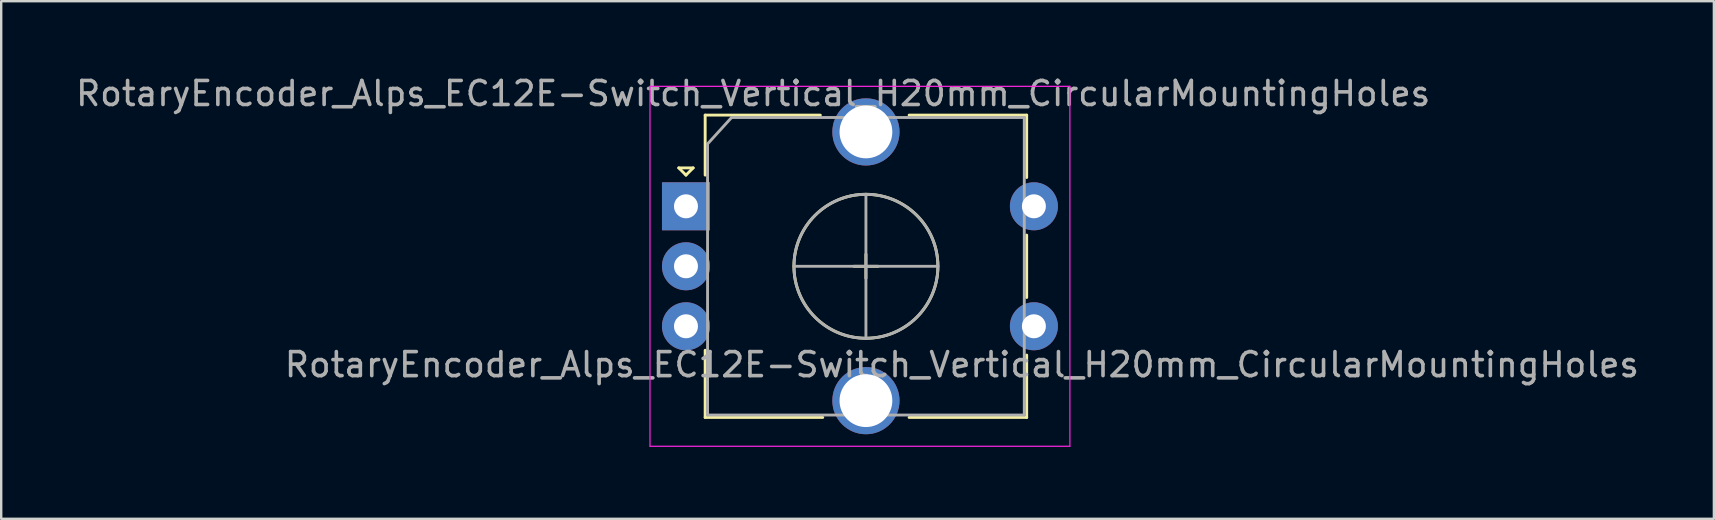
<source format=kicad_pcb>
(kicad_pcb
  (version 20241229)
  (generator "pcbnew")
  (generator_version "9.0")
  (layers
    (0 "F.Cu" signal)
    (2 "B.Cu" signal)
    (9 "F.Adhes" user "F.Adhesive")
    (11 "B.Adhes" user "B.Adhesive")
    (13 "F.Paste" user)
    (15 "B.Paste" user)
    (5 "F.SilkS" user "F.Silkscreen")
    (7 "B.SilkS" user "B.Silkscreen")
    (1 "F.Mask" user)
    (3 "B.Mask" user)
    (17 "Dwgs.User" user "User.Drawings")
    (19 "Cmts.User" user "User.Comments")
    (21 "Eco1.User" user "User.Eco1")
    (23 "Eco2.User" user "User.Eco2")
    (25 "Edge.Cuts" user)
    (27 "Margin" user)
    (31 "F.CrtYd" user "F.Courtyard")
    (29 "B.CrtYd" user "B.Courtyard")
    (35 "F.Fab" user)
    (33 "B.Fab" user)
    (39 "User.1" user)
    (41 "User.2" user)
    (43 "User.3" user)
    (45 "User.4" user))
  (footprint "RotaryEncoder_Alps_EC12E-Switch_Vertical_H20mm_CircularMountingHoles"
    (layer "F.Cu")
    (at 25.539 5.548)
    (property "Reference" "RotaryEncoder_Alps_EC12E-Switch_Vertical_H20mm_CircularMountingHoles" (at 2.8 -4.7 0) (layer "F.Fab") (effects (font (size 1 1) (thickness 0.15))))
    (attr through_hole)
    (fp_line (start -0.3 -1.6) (end 0.3 -1.6) (stroke (width 0.12) (type solid)) (layer "F.SilkS"))
    (fp_line (start 0 -1.3) (end -0.3 -1.6) (stroke (width 0.12) (type solid)) (layer "F.SilkS"))
    (fp_line (start 0.3 -1.6) (end 0 -1.3) (stroke (width 0.12) (type solid)) (layer "F.SilkS"))
    (fp_line (start 0.8 -3.8) (end 0.8 -1.3) (stroke (width 0.12) (type solid)) (layer "F.SilkS"))
    (fp_line (start 0.8 8.8) (end 0.8 6) (stroke (width 0.12) (type solid)) (layer "F.SilkS"))
    (fp_line (start 5.6 -3.8) (end 0.8 -3.8) (stroke (width 0.12) (type solid)) (layer "F.SilkS"))
    (fp_line (start 5.7 8.8) (end 0.8 8.8) (stroke (width 0.12) (type solid)) (layer "F.SilkS"))
    (fp_line (start 7 2.5) (end 8 2.5) (stroke (width 0.12) (type solid)) (layer "F.SilkS"))
    (fp_line (start 7.5 2) (end 7.5 3) (stroke (width 0.12) (type solid)) (layer "F.SilkS"))
    (fp_line (start 9.3 -3.8) (end 14.2 -3.8) (stroke (width 0.12) (type solid)) (layer "F.SilkS"))
    (fp_line (start 14.2 -3.8) (end 14.2 -1.2) (stroke (width 0.12) (type solid)) (layer "F.SilkS"))
    (fp_line (start 14.2 1.2) (end 14.2 3.8) (stroke (width 0.12) (type solid)) (layer "F.SilkS"))
    (fp_line (start 14.2 6.2) (end 14.2 8.8) (stroke (width 0.12) (type solid)) (layer "F.SilkS"))
    (fp_line (start 14.2 8.8) (end 9.3 8.8) (stroke (width 0.12) (type solid)) (layer "F.SilkS"))
    (fp_circle (center 7.5 2.5) (end 10.5 2.5) (stroke (width 0.12) (type solid)) (fill no) (layer "F.SilkS"))
    (fp_line (start -1.5 -5) (end -1.5 10) (stroke (width 0.05) (type solid)) (layer "F.CrtYd"))
    (fp_line (start -1.5 -5) (end 16 -5) (stroke (width 0.05) (type solid)) (layer "F.CrtYd"))
    (fp_line (start 16 10) (end -1.5 10) (stroke (width 0.05) (type solid)) (layer "F.CrtYd"))
    (fp_line (start 16 10) (end 16 -5) (stroke (width 0.05) (type solid)) (layer "F.CrtYd"))
    (fp_line (start 0.9 -2.6) (end 1.9 -3.7) (stroke (width 0.12) (type solid)) (layer "F.Fab"))
    (fp_line (start 0.9 8.7) (end 0.9 -2.6) (stroke (width 0.12) (type solid)) (layer "F.Fab"))
    (fp_line (start 1.9 -3.7) (end 14.1 -3.7) (stroke (width 0.12) (type solid)) (layer "F.Fab"))
    (fp_line (start 4.5 2.5) (end 10.5 2.5) (stroke (width 0.12) (type solid)) (layer "F.Fab"))
    (fp_line (start 7.5 -0.5) (end 7.5 5.5) (stroke (width 0.12) (type solid)) (layer "F.Fab"))
    (fp_line (start 14.1 -3.7) (end 14.1 8.7) (stroke (width 0.12) (type solid)) (layer "F.Fab"))
    (fp_line (start 14.1 8.7) (end 0.9 8.7) (stroke (width 0.12) (type solid)) (layer "F.Fab"))
    (fp_circle (center 7.5 2.5) (end 10.5 2.5) (stroke (width 0.12) (type solid)) (fill no) (layer "F.Fab"))
    (fp_text user "${REFERENCE}" (at 11.5 6.6 0) (layer "F.Fab") (effects (font (size 1 1) (thickness 0.15))))
    (pad "A" thru_hole rect (at 0 0) (size 2 2) (drill 1) (layers "*.Cu" "*.Mask"))
    (pad "B" thru_hole circle (at 0 5) (size 2 2) (drill 1) (layers "*.Cu" "*.Mask"))
    (pad "C" thru_hole circle (at 0 2.5) (size 2 2) (drill 1) (layers "*.Cu" "*.Mask"))
    (pad "MP" thru_hole circle (at 7.5 -3.1) (size 2.8 2.8) (drill 2.2) (layers "*.Cu" "*.Mask"))
    (pad "MP" thru_hole circle (at 7.5 8.1) (size 2.8 2.8) (drill 2.2) (layers "*.Cu" "*.Mask"))
    (pad "S1" thru_hole circle (at 14.5 0) (size 2 2) (drill 1) (layers "*.Cu" "*.Mask"))
    (pad "S2" thru_hole circle (at 14.5 5) (size 2 2) (drill 1) (layers "*.Cu" "*.Mask")))
  (gr_rect
    (start -3 -3)
    (end 68.379 18.573)
    (stroke (width 0.1) (type default))
    (fill no)
    (layer "Edge.Cuts")))
</source>
